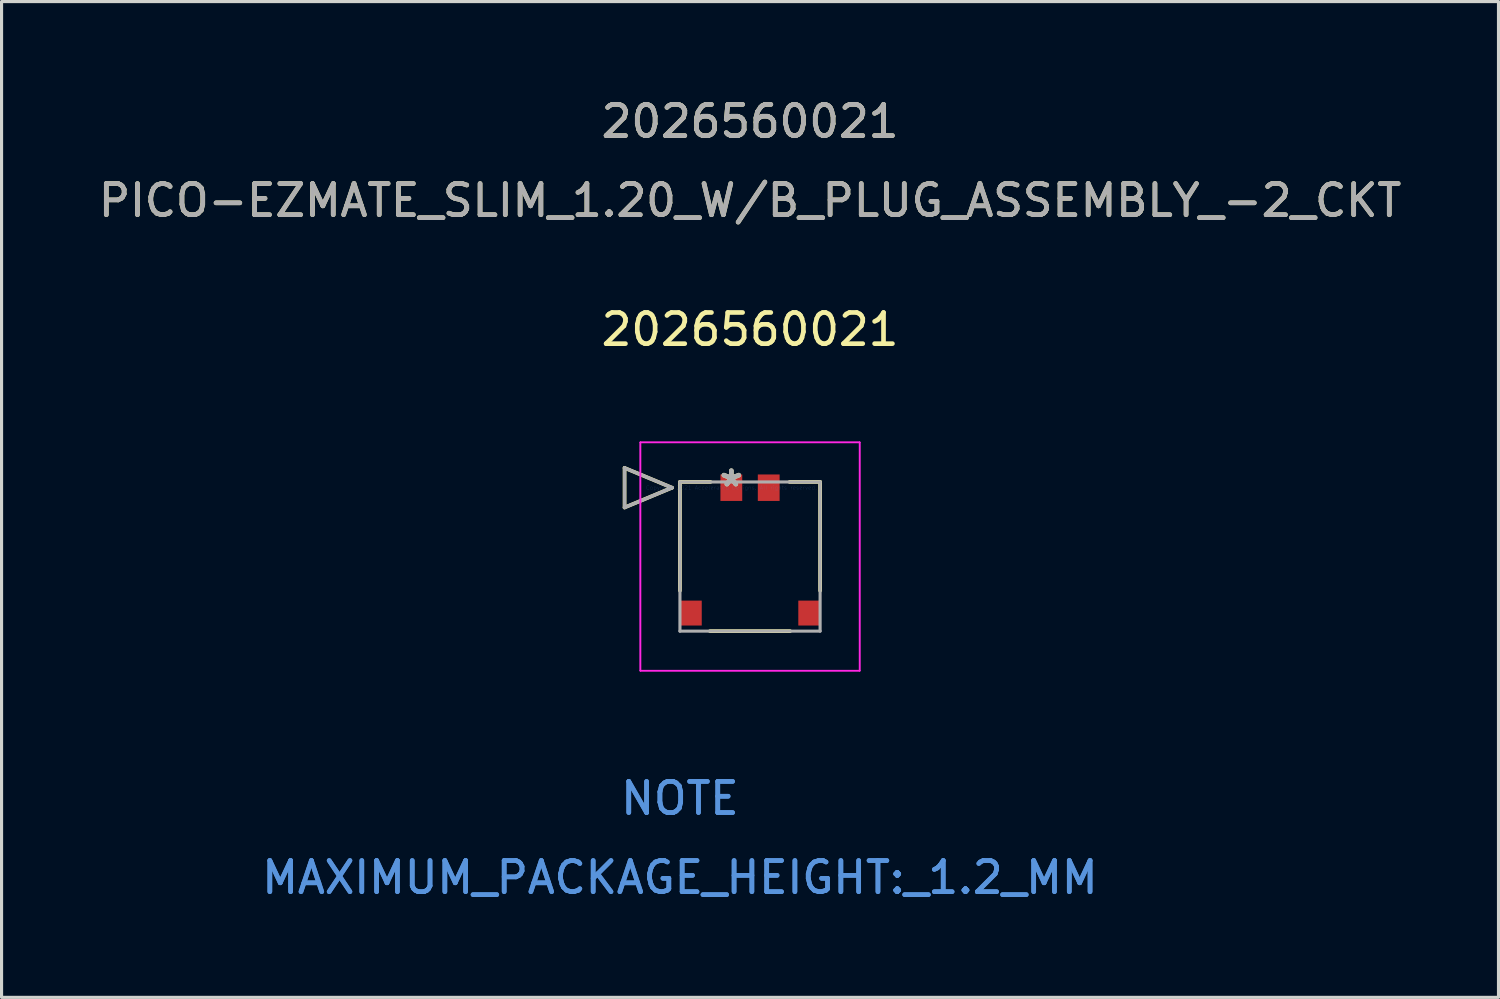
<source format=kicad_pcb>
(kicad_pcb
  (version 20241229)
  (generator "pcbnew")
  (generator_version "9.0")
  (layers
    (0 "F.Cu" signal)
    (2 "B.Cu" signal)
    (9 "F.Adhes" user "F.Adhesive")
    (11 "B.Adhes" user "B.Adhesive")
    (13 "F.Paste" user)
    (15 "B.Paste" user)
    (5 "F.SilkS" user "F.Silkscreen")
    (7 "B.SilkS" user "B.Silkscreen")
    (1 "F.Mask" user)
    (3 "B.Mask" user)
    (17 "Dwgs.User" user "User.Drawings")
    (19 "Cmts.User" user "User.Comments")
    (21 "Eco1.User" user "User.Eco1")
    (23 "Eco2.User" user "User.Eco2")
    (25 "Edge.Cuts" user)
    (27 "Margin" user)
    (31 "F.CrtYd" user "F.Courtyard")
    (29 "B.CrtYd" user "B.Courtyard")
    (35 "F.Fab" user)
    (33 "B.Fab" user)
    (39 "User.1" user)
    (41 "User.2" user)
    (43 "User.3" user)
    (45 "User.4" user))
  (footprint "2026560021"
    (layer "F.Cu")
    (at 20.43 12.608)
    (property "Reference" "2026560021" (at 0.6 -5.08 0) (layer "F.SilkS") (effects (font (size 1 1) (thickness 0.15))))
    (attr through_hole)
    (fp_line (start -3.428 -0.635) (end -3.428 0.635) (stroke (width 0.12) (type solid)) (layer "F.SilkS"))
    (fp_line (start -3.428 0.635) (end -1.904 0) (stroke (width 0.12) (type solid)) (layer "F.SilkS"))
    (fp_line (start -1.904 0) (end -3.428 -0.635) (stroke (width 0.12) (type solid)) (layer "F.SilkS"))
    (fp_line (start -1.65 -0.185) (end -1.65 3.305) (stroke (width 0.12) (type solid)) (layer "F.SilkS"))
    (fp_line (start -0.685 4.605) (end 1.885 4.605) (stroke (width 0.12) (type solid)) (layer "F.SilkS"))
    (fp_line (start -0.67 -0.185) (end -1.65 -0.185) (stroke (width 0.12) (type solid)) (layer "F.SilkS"))
    (fp_line (start 2.85 -0.185) (end 1.87 -0.185) (stroke (width 0.12) (type solid)) (layer "F.SilkS"))
    (fp_line (start 2.85 3.305) (end 2.85 -0.185) (stroke (width 0.12) (type solid)) (layer "F.SilkS"))
    (fp_line (start -2.92 -1.455) (end -2.92 5.875) (stroke (width 0.05) (type solid)) (layer "F.CrtYd"))
    (fp_line (start -2.92 -1.455) (end -2.92 5.875) (stroke (width 0.05) (type solid)) (layer "F.CrtYd"))
    (fp_line (start -2.92 5.875) (end 4.12 5.875) (stroke (width 0.05) (type solid)) (layer "F.CrtYd"))
    (fp_line (start -2.92 5.875) (end 4.12 5.875) (stroke (width 0.05) (type solid)) (layer "F.CrtYd"))
    (fp_line (start 4.12 -1.455) (end -2.92 -1.455) (stroke (width 0.05) (type solid)) (layer "F.CrtYd"))
    (fp_line (start 4.12 -1.455) (end -2.92 -1.455) (stroke (width 0.05) (type solid)) (layer "F.CrtYd"))
    (fp_line (start 4.12 5.875) (end 4.12 -1.455) (stroke (width 0.05) (type solid)) (layer "F.CrtYd"))
    (fp_line (start 4.12 5.875) (end 4.12 -1.455) (stroke (width 0.05) (type solid)) (layer "F.CrtYd"))
    (fp_line (start -3.428 -0.635) (end -3.428 0.635) (stroke (width 0.1) (type solid)) (layer "F.Fab"))
    (fp_line (start -3.428 -0.635) (end -3.428 0.635) (stroke (width 0.1) (type solid)) (layer "F.Fab"))
    (fp_line (start -3.428 0.635) (end -1.904 0) (stroke (width 0.1) (type solid)) (layer "F.Fab"))
    (fp_line (start -3.428 0.635) (end -1.904 0) (stroke (width 0.1) (type solid)) (layer "F.Fab"))
    (fp_line (start -1.904 0) (end -3.428 -0.635) (stroke (width 0.1) (type solid)) (layer "F.Fab"))
    (fp_line (start -1.904 0) (end -3.428 -0.635) (stroke (width 0.1) (type solid)) (layer "F.Fab"))
    (fp_line (start -1.65 -0.185) (end -1.65 4.605) (stroke (width 0.1) (type solid)) (layer "F.Fab"))
    (fp_line (start -1.65 4.605) (end 2.85 4.605) (stroke (width 0.1) (type solid)) (layer "F.Fab"))
    (fp_line (start 2.85 -0.185) (end -1.65 -0.185) (stroke (width 0.1) (type solid)) (layer "F.Fab"))
    (fp_line (start 2.85 4.605) (end 2.85 -0.185) (stroke (width 0.1) (type solid)) (layer "F.Fab"))
    (fp_text user "PICO-EZMATE_SLIM_1.20_W/B_PLUG_ASSEMBLY_-2_CKT" (at 0.6 -9.22 0) (layer "F.SilkS") (effects (font (size 1 1) (thickness 0.15))))
    (fp_text user "2026560021" (at 0.6 -11.76 0) (layer "F.SilkS") (effects (font (size 1 1) (thickness 0.15))))
    (fp_text user "*" (at 0 0 0) (layer "F.SilkS") (effects (font (size 1 1) (thickness 0.15))))
    (fp_text user "MAXIMUM_PACKAGE_HEIGHT:_1.2_MM" (at -1.65 12.515 0) (layer "Cmts.User") (effects (font (size 1 1) (thickness 0.15))))
    (fp_text user "NOTE" (at -1.65 9.975 0) (layer "Cmts.User") (effects (font (size 1 1) (thickness 0.15))))
    (fp_text user "NOTE" (at -1.65 9.975 0) (layer "Cmts.User") (effects (font (size 1 1) (thickness 0.15))))
    (fp_text user "MAXIMUM_PACKAGE_HEIGHT:_1.2_MM" (at -1.65 12.515 0) (layer "Cmts.User") (effects (font (size 1 1) (thickness 0.15))))
    (fp_text user "Copyright 2021 Accelerated Designs. All rights reserved." (at 0 0 0) (layer "Cmts.User") (effects (font (size 0.127 0.127) (thickness 0.002))))
    (fp_text user "PICO-EZMATE_SLIM_1.20_W/B_PLUG_ASSEMBLY_-2_CKT" (at 0.6 -9.22 0) (layer "F.Fab") (effects (font (size 1 1) (thickness 0.15))))
    (fp_text user "2026560021" (at 0.6 -11.76 0) (layer "F.Fab") (effects (font (size 1 1) (thickness 0.15))))
    (fp_text user "*" (at 0 0 0) (layer "F.Fab") (effects (font (size 1 1) (thickness 0.15))))
    (pad "1" smd rect (at 0 0) (size 0.7 0.85) (layers "F.Cu" "F.Mask" "F.Paste"))
    (pad "2" smd rect (at 1.2 0) (size 0.7 0.85) (layers "F.Cu" "F.Mask" "F.Paste"))
    (pad "3" smd rect (at -1.3 4.025) (size 0.7 0.8) (layers "F.Cu" "F.Mask" "F.Paste"))
    (pad "4" smd rect (at 2.5 4.025) (size 0.7 0.8) (layers "F.Cu" "F.Mask" "F.Paste")))
  (gr_rect
    (start -3 -3)
    (end 45.06 28.971)
    (stroke (width 0.1) (type default))
    (fill no)
    (layer "Edge.Cuts")))
</source>
